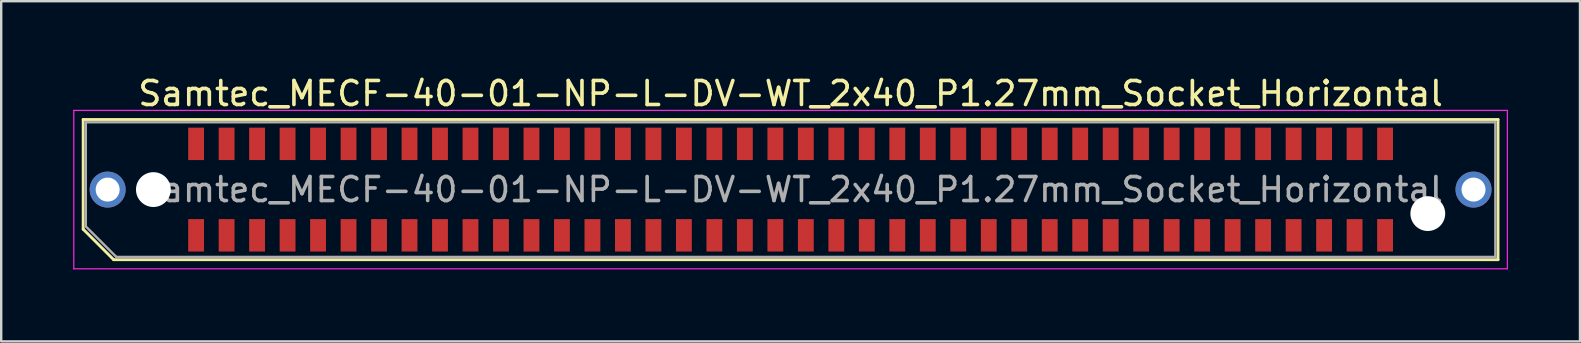
<source format=kicad_pcb>
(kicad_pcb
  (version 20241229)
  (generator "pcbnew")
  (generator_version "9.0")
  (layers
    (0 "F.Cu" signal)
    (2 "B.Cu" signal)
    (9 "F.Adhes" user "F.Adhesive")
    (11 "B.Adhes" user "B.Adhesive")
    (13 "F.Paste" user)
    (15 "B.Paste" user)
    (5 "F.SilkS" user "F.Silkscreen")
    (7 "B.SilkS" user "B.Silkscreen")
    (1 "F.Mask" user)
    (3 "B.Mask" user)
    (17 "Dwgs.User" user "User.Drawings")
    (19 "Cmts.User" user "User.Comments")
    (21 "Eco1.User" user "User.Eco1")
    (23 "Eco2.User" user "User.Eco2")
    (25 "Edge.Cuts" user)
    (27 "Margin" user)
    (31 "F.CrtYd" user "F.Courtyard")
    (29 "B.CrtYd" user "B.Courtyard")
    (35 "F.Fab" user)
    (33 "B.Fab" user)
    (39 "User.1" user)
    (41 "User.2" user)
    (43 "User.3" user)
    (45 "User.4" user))
  (footprint "Samtec_MECF-40-01-NP-L-DV-WT_2x40_P1.27mm_Socket_Horizontal"
    (layer "F.Cu")
    (at 29.885 4.848)
    (property "Reference" "Samtec_MECF-40-01-NP-L-DV-WT_2x40_P1.27mm_Socket_Horizontal" (at 0 -4 0) (layer "F.SilkS") (effects (font (size 1 1) (thickness 0.15))))
    (attr smd)
    (fp_line (start -29.47 -2.92) (end 29.47 -2.92) (stroke (width 0.12) (type solid)) (layer "F.SilkS"))
    (fp_line (start -29.47 1.65) (end -29.47 -2.92) (stroke (width 0.12) (type solid)) (layer "F.SilkS"))
    (fp_line (start -28.2 2.92) (end -29.47 1.65) (stroke (width 0.12) (type solid)) (layer "F.SilkS"))
    (fp_line (start -28.2 2.92) (end 29.47 2.92) (stroke (width 0.12) (type solid)) (layer "F.SilkS"))
    (fp_line (start 29.47 2.92) (end 29.47 -2.92) (stroke (width 0.12) (type solid)) (layer "F.SilkS"))
    (fp_line (start -29.86 -3.3) (end -29.86 3.3) (stroke (width 0.05) (type solid)) (layer "F.CrtYd"))
    (fp_line (start -29.86 3.3) (end 29.86 3.3) (stroke (width 0.05) (type solid)) (layer "F.CrtYd"))
    (fp_line (start 29.86 -3.3) (end -29.86 -3.3) (stroke (width 0.05) (type solid)) (layer "F.CrtYd"))
    (fp_line (start 29.86 3.3) (end 29.86 -3.3) (stroke (width 0.05) (type solid)) (layer "F.CrtYd"))
    (fp_line (start -29.36 -2.805) (end 29.36 -2.805) (stroke (width 0.1) (type solid)) (layer "F.Fab"))
    (fp_line (start -29.36 1.535) (end -29.36 -2.805) (stroke (width 0.1) (type solid)) (layer "F.Fab"))
    (fp_line (start -29.36 1.535) (end -28.09 2.805) (stroke (width 0.1) (type solid)) (layer "F.Fab"))
    (fp_line (start -28.09 2.805) (end 29.36 2.805) (stroke (width 0.1) (type solid)) (layer "F.Fab"))
    (fp_line (start 29.36 2.805) (end 29.36 -2.805) (stroke (width 0.1) (type solid)) (layer "F.Fab"))
    (fp_text user "${REFERENCE}" (at 0 0 0) (layer "F.Fab") (effects (font (size 1 1) (thickness 0.15))))
    (pad "" thru_hole circle (at -28.45 0) (size 1.5 1.5) (drill 1) (layers "*.Cu" "*.Mask"))
    (pad "" np_thru_hole circle (at -26.545 0) (size 1.45 1.45) (drill 1.45) (layers "*.Cu" "*.Mask"))
    (pad "" np_thru_hole circle (at 26.545 1) (size 1.45 1.45) (drill 1.45) (layers "*.Cu" "*.Mask"))
    (pad "" thru_hole circle (at 28.45 0) (size 1.5 1.5) (drill 1) (layers "*.Cu" "*.Mask"))
    (pad "1" smd rect (at -24.765 1.905) (size 0.66 1.35) (layers "F.Cu" "F.Mask" "F.Paste"))
    (pad "2" smd rect (at -24.765 -1.905) (size 0.66 1.35) (layers "F.Cu" "F.Mask" "F.Paste"))
    (pad "3" smd rect (at -23.495 1.905) (size 0.66 1.35) (layers "F.Cu" "F.Mask" "F.Paste"))
    (pad "4" smd rect (at -23.495 -1.905) (size 0.66 1.35) (layers "F.Cu" "F.Mask" "F.Paste"))
    (pad "5" smd rect (at -22.225 1.905) (size 0.66 1.35) (layers "F.Cu" "F.Mask" "F.Paste"))
    (pad "6" smd rect (at -22.225 -1.905) (size 0.66 1.35) (layers "F.Cu" "F.Mask" "F.Paste"))
    (pad "7" smd rect (at -20.955 1.905) (size 0.66 1.35) (layers "F.Cu" "F.Mask" "F.Paste"))
    (pad "8" smd rect (at -20.955 -1.905) (size 0.66 1.35) (layers "F.Cu" "F.Mask" "F.Paste"))
    (pad "9" smd rect (at -19.685 1.905) (size 0.66 1.35) (layers "F.Cu" "F.Mask" "F.Paste"))
    (pad "10" smd rect (at -19.685 -1.905) (size 0.66 1.35) (layers "F.Cu" "F.Mask" "F.Paste"))
    (pad "11" smd rect (at -18.415 1.905) (size 0.66 1.35) (layers "F.Cu" "F.Mask" "F.Paste"))
    (pad "12" smd rect (at -18.415 -1.905) (size 0.66 1.35) (layers "F.Cu" "F.Mask" "F.Paste"))
    (pad "13" smd rect (at -17.145 1.905) (size 0.66 1.35) (layers "F.Cu" "F.Mask" "F.Paste"))
    (pad "14" smd rect (at -17.145 -1.905) (size 0.66 1.35) (layers "F.Cu" "F.Mask" "F.Paste"))
    (pad "15" smd rect (at -15.875 1.905) (size 0.66 1.35) (layers "F.Cu" "F.Mask" "F.Paste"))
    (pad "16" smd rect (at -15.875 -1.905) (size 0.66 1.35) (layers "F.Cu" "F.Mask" "F.Paste"))
    (pad "17" smd rect (at -14.605 1.905) (size 0.66 1.35) (layers "F.Cu" "F.Mask" "F.Paste"))
    (pad "18" smd rect (at -14.605 -1.905) (size 0.66 1.35) (layers "F.Cu" "F.Mask" "F.Paste"))
    (pad "19" smd rect (at -13.335 1.905) (size 0.66 1.35) (layers "F.Cu" "F.Mask" "F.Paste"))
    (pad "20" smd rect (at -13.335 -1.905) (size 0.66 1.35) (layers "F.Cu" "F.Mask" "F.Paste"))
    (pad "21" smd rect (at -12.065 1.905) (size 0.66 1.35) (layers "F.Cu" "F.Mask" "F.Paste"))
    (pad "22" smd rect (at -12.065 -1.905) (size 0.66 1.35) (layers "F.Cu" "F.Mask" "F.Paste"))
    (pad "23" smd rect (at -10.795 1.905) (size 0.66 1.35) (layers "F.Cu" "F.Mask" "F.Paste"))
    (pad "24" smd rect (at -10.795 -1.905) (size 0.66 1.35) (layers "F.Cu" "F.Mask" "F.Paste"))
    (pad "25" smd rect (at -9.525 1.905) (size 0.66 1.35) (layers "F.Cu" "F.Mask" "F.Paste"))
    (pad "26" smd rect (at -9.525 -1.905) (size 0.66 1.35) (layers "F.Cu" "F.Mask" "F.Paste"))
    (pad "27" smd rect (at -8.255 1.905) (size 0.66 1.35) (layers "F.Cu" "F.Mask" "F.Paste"))
    (pad "28" smd rect (at -8.255 -1.905) (size 0.66 1.35) (layers "F.Cu" "F.Mask" "F.Paste"))
    (pad "29" smd rect (at -6.985 1.905) (size 0.66 1.35) (layers "F.Cu" "F.Mask" "F.Paste"))
    (pad "30" smd rect (at -6.985 -1.905) (size 0.66 1.35) (layers "F.Cu" "F.Mask" "F.Paste"))
    (pad "31" smd rect (at -5.715 1.905) (size 0.66 1.35) (layers "F.Cu" "F.Mask" "F.Paste"))
    (pad "32" smd rect (at -5.715 -1.905) (size 0.66 1.35) (layers "F.Cu" "F.Mask" "F.Paste"))
    (pad "33" smd rect (at -4.445 1.905) (size 0.66 1.35) (layers "F.Cu" "F.Mask" "F.Paste"))
    (pad "34" smd rect (at -4.445 -1.905) (size 0.66 1.35) (layers "F.Cu" "F.Mask" "F.Paste"))
    (pad "35" smd rect (at -3.175 1.905) (size 0.66 1.35) (layers "F.Cu" "F.Mask" "F.Paste"))
    (pad "36" smd rect (at -3.175 -1.905) (size 0.66 1.35) (layers "F.Cu" "F.Mask" "F.Paste"))
    (pad "37" smd rect (at -1.905 1.905) (size 0.66 1.35) (layers "F.Cu" "F.Mask" "F.Paste"))
    (pad "38" smd rect (at -1.905 -1.905) (size 0.66 1.35) (layers "F.Cu" "F.Mask" "F.Paste"))
    (pad "39" smd rect (at -0.635 1.905) (size 0.66 1.35) (layers "F.Cu" "F.Mask" "F.Paste"))
    (pad "40" smd rect (at -0.635 -1.905) (size 0.66 1.35) (layers "F.Cu" "F.Mask" "F.Paste"))
    (pad "41" smd rect (at 0.635 1.905) (size 0.66 1.35) (layers "F.Cu" "F.Mask" "F.Paste"))
    (pad "42" smd rect (at 0.635 -1.905) (size 0.66 1.35) (layers "F.Cu" "F.Mask" "F.Paste"))
    (pad "43" smd rect (at 1.905 1.905) (size 0.66 1.35) (layers "F.Cu" "F.Mask" "F.Paste"))
    (pad "44" smd rect (at 1.905 -1.905) (size 0.66 1.35) (layers "F.Cu" "F.Mask" "F.Paste"))
    (pad "45" smd rect (at 3.175 1.905) (size 0.66 1.35) (layers "F.Cu" "F.Mask" "F.Paste"))
    (pad "46" smd rect (at 3.175 -1.905) (size 0.66 1.35) (layers "F.Cu" "F.Mask" "F.Paste"))
    (pad "47" smd rect (at 4.445 1.905) (size 0.66 1.35) (layers "F.Cu" "F.Mask" "F.Paste"))
    (pad "48" smd rect (at 4.445 -1.905) (size 0.66 1.35) (layers "F.Cu" "F.Mask" "F.Paste"))
    (pad "49" smd rect (at 5.715 1.905) (size 0.66 1.35) (layers "F.Cu" "F.Mask" "F.Paste"))
    (pad "50" smd rect (at 5.715 -1.905) (size 0.66 1.35) (layers "F.Cu" "F.Mask" "F.Paste"))
    (pad "51" smd rect (at 6.985 1.905) (size 0.66 1.35) (layers "F.Cu" "F.Mask" "F.Paste"))
    (pad "52" smd rect (at 6.985 -1.905) (size 0.66 1.35) (layers "F.Cu" "F.Mask" "F.Paste"))
    (pad "53" smd rect (at 8.255 1.905) (size 0.66 1.35) (layers "F.Cu" "F.Mask" "F.Paste"))
    (pad "54" smd rect (at 8.255 -1.905) (size 0.66 1.35) (layers "F.Cu" "F.Mask" "F.Paste"))
    (pad "55" smd rect (at 9.525 1.905) (size 0.66 1.35) (layers "F.Cu" "F.Mask" "F.Paste"))
    (pad "56" smd rect (at 9.525 -1.905) (size 0.66 1.35) (layers "F.Cu" "F.Mask" "F.Paste"))
    (pad "57" smd rect (at 10.795 1.905) (size 0.66 1.35) (layers "F.Cu" "F.Mask" "F.Paste"))
    (pad "58" smd rect (at 10.795 -1.905) (size 0.66 1.35) (layers "F.Cu" "F.Mask" "F.Paste"))
    (pad "59" smd rect (at 12.065 1.905) (size 0.66 1.35) (layers "F.Cu" "F.Mask" "F.Paste"))
    (pad "60" smd rect (at 12.065 -1.905) (size 0.66 1.35) (layers "F.Cu" "F.Mask" "F.Paste"))
    (pad "61" smd rect (at 13.335 1.905) (size 0.66 1.35) (layers "F.Cu" "F.Mask" "F.Paste"))
    (pad "62" smd rect (at 13.335 -1.905) (size 0.66 1.35) (layers "F.Cu" "F.Mask" "F.Paste"))
    (pad "63" smd rect (at 14.605 1.905) (size 0.66 1.35) (layers "F.Cu" "F.Mask" "F.Paste"))
    (pad "64" smd rect (at 14.605 -1.905) (size 0.66 1.35) (layers "F.Cu" "F.Mask" "F.Paste"))
    (pad "65" smd rect (at 15.875 1.905) (size 0.66 1.35) (layers "F.Cu" "F.Mask" "F.Paste"))
    (pad "66" smd rect (at 15.875 -1.905) (size 0.66 1.35) (layers "F.Cu" "F.Mask" "F.Paste"))
    (pad "67" smd rect (at 17.145 1.905) (size 0.66 1.35) (layers "F.Cu" "F.Mask" "F.Paste"))
    (pad "68" smd rect (at 17.145 -1.905) (size 0.66 1.35) (layers "F.Cu" "F.Mask" "F.Paste"))
    (pad "69" smd rect (at 18.415 1.905) (size 0.66 1.35) (layers "F.Cu" "F.Mask" "F.Paste"))
    (pad "70" smd rect (at 18.415 -1.905) (size 0.66 1.35) (layers "F.Cu" "F.Mask" "F.Paste"))
    (pad "71" smd rect (at 19.685 1.905) (size 0.66 1.35) (layers "F.Cu" "F.Mask" "F.Paste"))
    (pad "72" smd rect (at 19.685 -1.905) (size 0.66 1.35) (layers "F.Cu" "F.Mask" "F.Paste"))
    (pad "73" smd rect (at 20.955 1.905) (size 0.66 1.35) (layers "F.Cu" "F.Mask" "F.Paste"))
    (pad "74" smd rect (at 20.955 -1.905) (size 0.66 1.35) (layers "F.Cu" "F.Mask" "F.Paste"))
    (pad "75" smd rect (at 22.225 1.905) (size 0.66 1.35) (layers "F.Cu" "F.Mask" "F.Paste"))
    (pad "76" smd rect (at 22.225 -1.905) (size 0.66 1.35) (layers "F.Cu" "F.Mask" "F.Paste"))
    (pad "77" smd rect (at 23.495 1.905) (size 0.66 1.35) (layers "F.Cu" "F.Mask" "F.Paste"))
    (pad "78" smd rect (at 23.495 -1.905) (size 0.66 1.35) (layers "F.Cu" "F.Mask" "F.Paste"))
    (pad "79" smd rect (at 24.765 1.905) (size 0.66 1.35) (layers "F.Cu" "F.Mask" "F.Paste"))
    (pad "80" smd rect (at 24.765 -1.905) (size 0.66 1.35) (layers "F.Cu" "F.Mask" "F.Paste")))
  (gr_rect
    (start -3 -3)
    (end 62.77 11.173)
    (stroke (width 0.1) (type default))
    (fill no)
    (layer "Edge.Cuts")))
</source>
